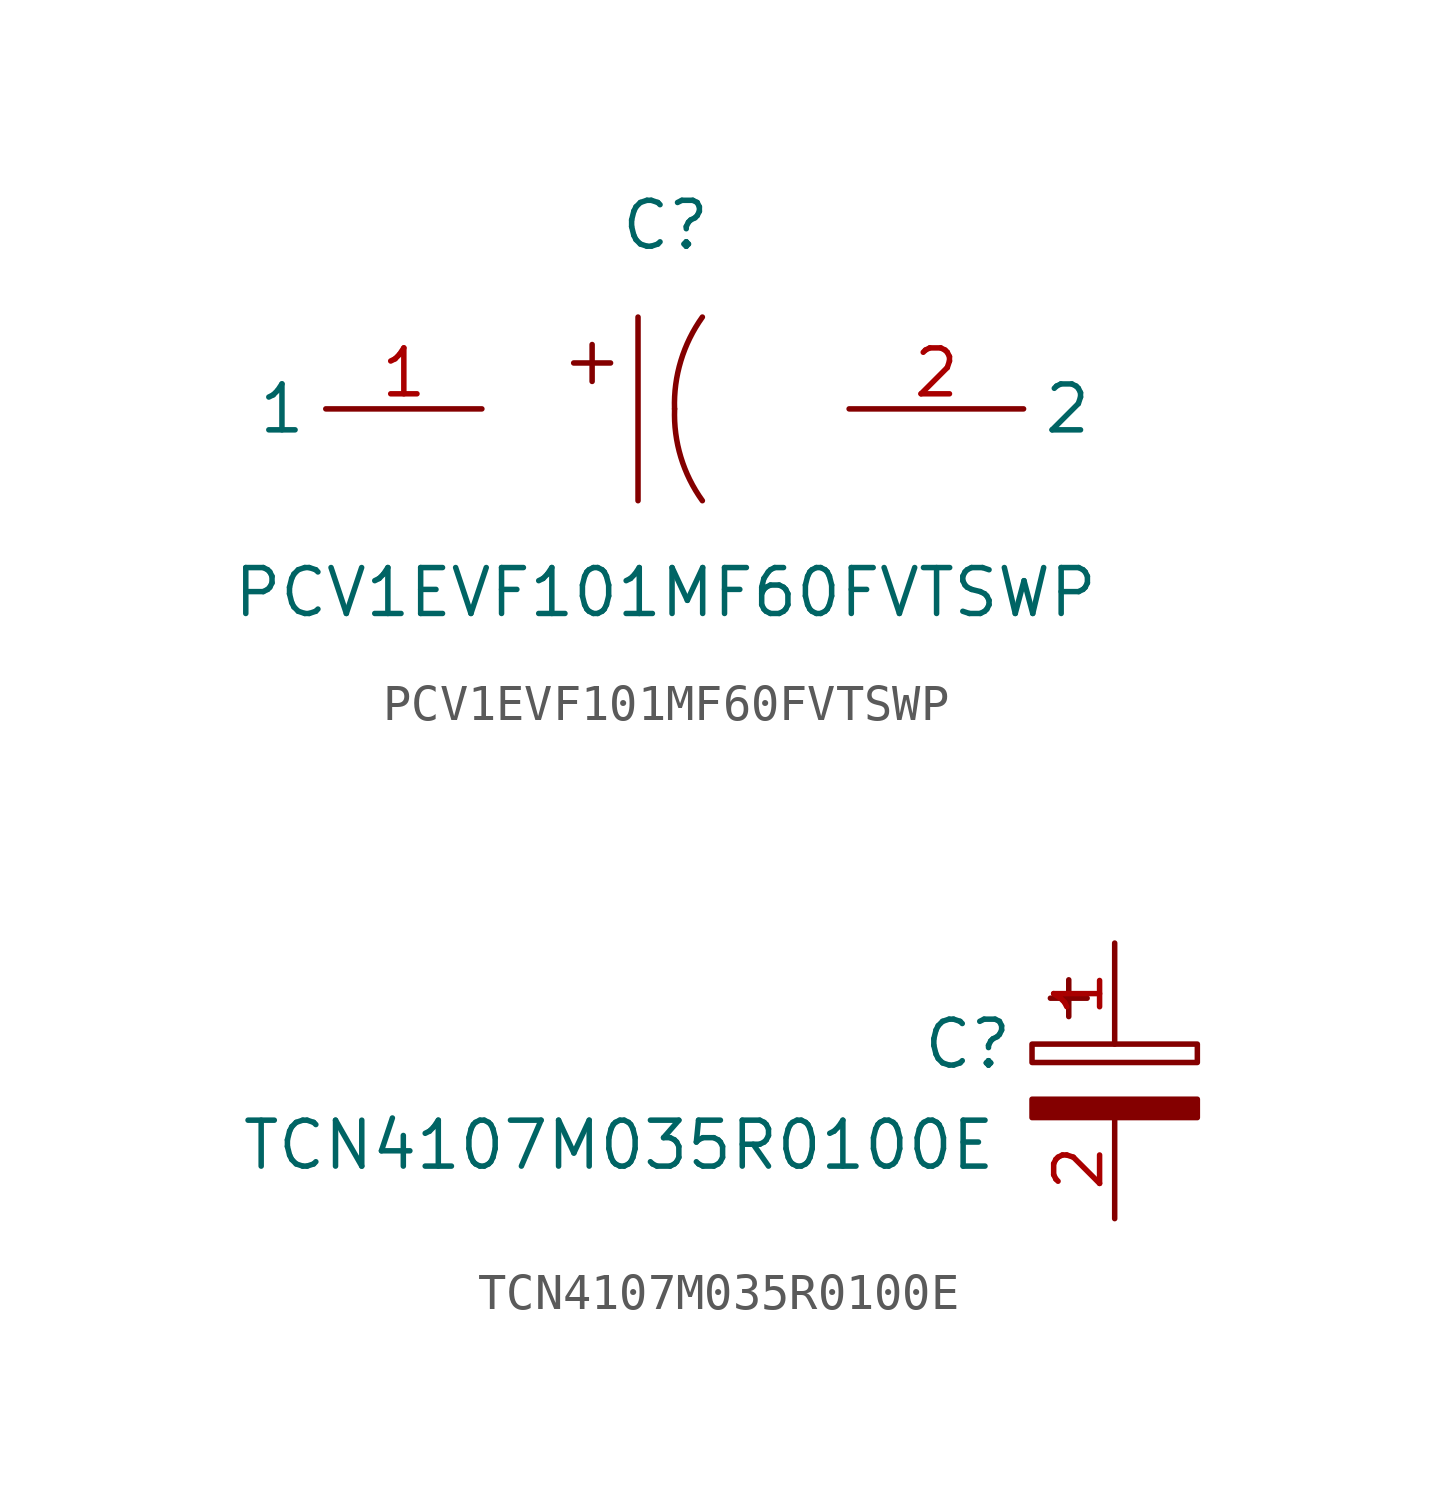
<source format=kicad_sym>
(kicad_symbol_lib
  (version 20241209)
  (generator "kicad_symbol_editor")
  (generator_version "9.0")
  (symbol "PCV1EVF101MF60FVTSWP"
    (property "Reference" "C"
      (at 0 5.08 0)
      (effects (font (size 1.27 1.27))))
    (property "Value" "PCV1EVF101MF60FVTSWP"
      (at 0 -5.08 0)
      (effects (font (size 1.27 1.27))))
    (symbol "PCV1EVF101MF60FVTSWP_0_1"
      (rectangle (start -2.54 1.27) (end -1.52 1.27) (stroke (width 0) (type default)) (fill (type background)))
      (rectangle (start -2.03 1.78) (end -2.03 0.76) (stroke (width 0) (type default)) (fill (type background)))
      (polyline (pts (xy -0.76 2.54) (xy -0.76 -2.54)) (stroke (width 0) (type default)) (fill (type none)))
      (arc (start 1.02 -2.54) (mid 0.4229 -1.3343) (end 0.25 0) (stroke (width 0) (type default)) (fill (type none)))
      (arc (start 0.25 0) (mid 0.4258 1.3334) (end 1.02 2.54) (stroke (width 0) (type default)) (fill (type none)))
      (pin unspecified line (at -5.08 0 180) (length 4.318) (name "1" (effects (font (size 1.27 1.27)))) (number "1" (effects (font (size 1.27 1.27)))))
      (pin unspecified line (at 5.08 0 0) (length 4.826) (name "2" (effects (font (size 1.27 1.27)))) (number "2" (effects (font (size 1.27 1.27)))))))
  (symbol "TCN4107M035R0100E"
    (property "Reference" "C"
      (at -4.064 1.016 0)
      (effects (font (size 1.27 1.27))))
    (property "Value" "TCN4107M035R0100E"
      (at -13.716 -1.778 0)
      (effects (font (size 1.27 1.27))))
    (symbol "TCN4107M035R0100E_0_1"
      (rectangle (start -2.286 1.016) (end 2.286 0.508) (stroke (width 0) (type default)) (fill (type none)))
      (rectangle (start -2.286 -0.508) (end 2.286 -1.016) (stroke (width 0) (type default)) (fill (type outline)))
      (polyline (pts (xy -1.778 2.286) (xy -0.762 2.286)) (stroke (width 0) (type default)) (fill (type none)))
      (polyline (pts (xy -1.27 2.794) (xy -1.27 1.778)) (stroke (width 0) (type default)) (fill (type none))))
    (symbol "TCN4107M035R0100E_1_1"
      (pin passive line (at 0 3.81 270) (length 2.794) (name "~" (effects (font (size 1.27 1.27)))) (number "1" (effects (font (size 1.27 1.27)))))
      (pin passive line (at 0 -3.81 90) (length 2.794) (name "~" (effects (font (size 1.27 1.27)))) (number "2" (effects (font (size 1.27 1.27))))))))
</source>
